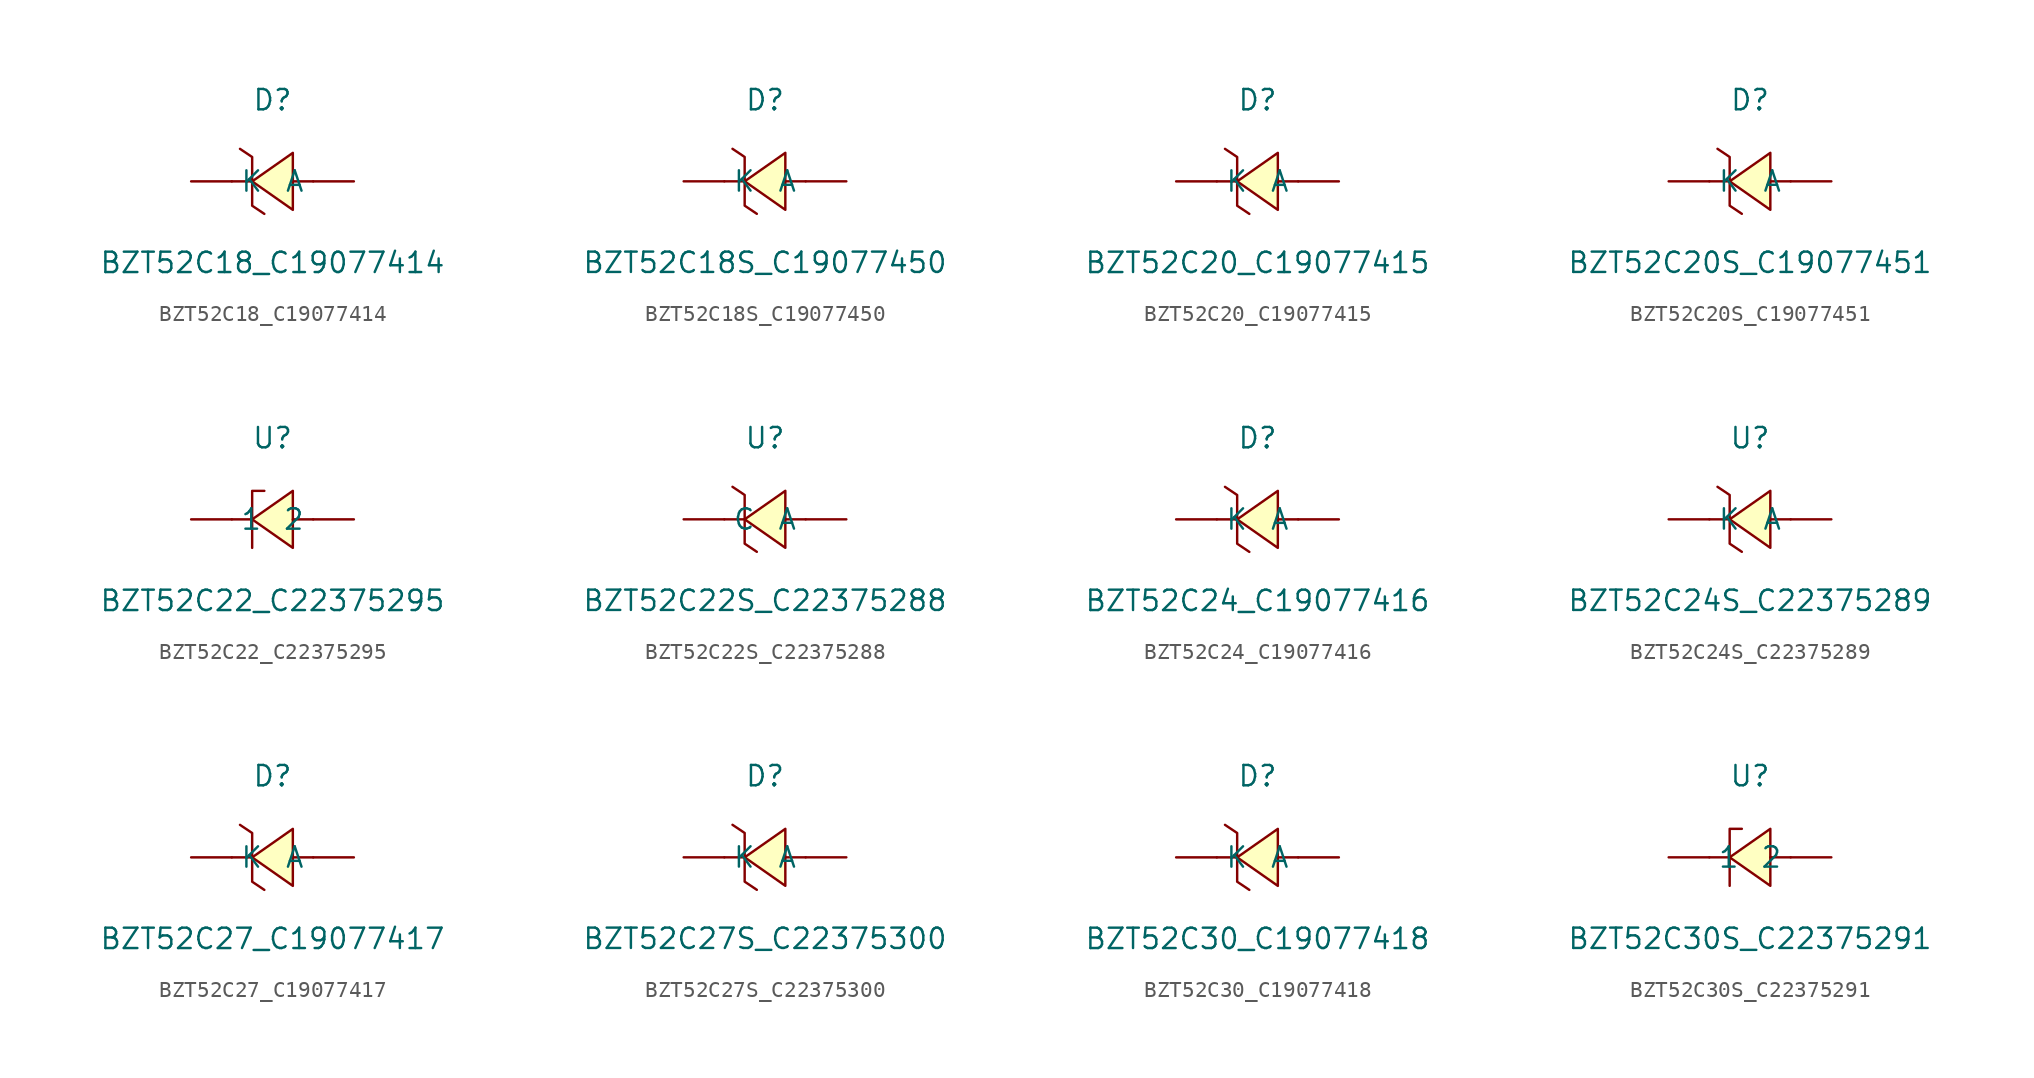
<source format=kicad_sym>
(kicad_symbol_lib
  (version 20241209)
  (generator "kicad_symbol_editor")
  (generator_version "9.0")
  (symbol "BZT52C18_C19077414"
    (pin_numbers
      (hide yes))
    (property "Reference" "D"
      (at 0 5.08 0)
      (effects (font (size 1.27 1.27))))
    (property "Value" "BZT52C18_C19077414"
      (at 0 -5.08 0)
      (effects (font (size 1.27 1.27))))
    (symbol "BZT52C18_C19077414_0_1"
      (polyline (pts (xy -2.03 2.03) (xy -1.27 1.52) (xy -1.27 -1.52) (xy -0.51 -2.03)) (stroke (width 0) (type default)) (fill (type none)))
      (polyline (pts (xy -1.27 0) (xy -2.54 0)) (stroke (width 0) (type default)) (fill (type none)))
      (polyline (pts (xy 1.27 1.78) (xy -1.27 0) (xy 1.27 -1.78) (xy 1.27 1.78)) (stroke (width 0) (type default)) (fill (type background)))
      (polyline (pts (xy 2.54 0) (xy 1.27 0)) (stroke (width 0) (type default)) (fill (type none)))
      (pin unspecified line (at -5.08 0 0) (length 2.54) (name "K" (effects (font (size 1.27 1.27)))) (number "1" (effects (font (size 1.27 1.27)))))
      (pin unspecified line (at 5.08 0 180) (length 2.54) (name "A" (effects (font (size 1.27 1.27)))) (number "2" (effects (font (size 1.27 1.27)))))))
  (symbol "BZT52C18S_C19077450"
    (pin_numbers
      (hide yes))
    (property "Reference" "D"
      (at 0 5.08 0)
      (effects (font (size 1.27 1.27))))
    (property "Value" "BZT52C18S_C19077450"
      (at 0 -5.08 0)
      (effects (font (size 1.27 1.27))))
    (symbol "BZT52C18S_C19077450_0_1"
      (polyline (pts (xy -2.03 2.03) (xy -1.27 1.52) (xy -1.27 -1.52) (xy -0.51 -2.03)) (stroke (width 0) (type default)) (fill (type none)))
      (polyline (pts (xy -1.27 0) (xy -2.54 0)) (stroke (width 0) (type default)) (fill (type none)))
      (polyline (pts (xy 1.27 1.78) (xy -1.27 0) (xy 1.27 -1.78) (xy 1.27 1.78)) (stroke (width 0) (type default)) (fill (type background)))
      (polyline (pts (xy 2.54 0) (xy 1.27 0)) (stroke (width 0) (type default)) (fill (type none)))
      (pin unspecified line (at -5.08 0 0) (length 2.54) (name "K" (effects (font (size 1.27 1.27)))) (number "1" (effects (font (size 1.27 1.27)))))
      (pin unspecified line (at 5.08 0 180) (length 2.54) (name "A" (effects (font (size 1.27 1.27)))) (number "2" (effects (font (size 1.27 1.27)))))))
  (symbol "BZT52C20_C19077415"
    (pin_numbers
      (hide yes))
    (property "Reference" "D"
      (at 0 5.08 0)
      (effects (font (size 1.27 1.27))))
    (property "Value" "BZT52C20_C19077415"
      (at 0 -5.08 0)
      (effects (font (size 1.27 1.27))))
    (symbol "BZT52C20_C19077415_0_1"
      (polyline (pts (xy -2.03 2.03) (xy -1.27 1.52) (xy -1.27 -1.52) (xy -0.51 -2.03)) (stroke (width 0) (type default)) (fill (type none)))
      (polyline (pts (xy -1.27 0) (xy -2.54 0)) (stroke (width 0) (type default)) (fill (type none)))
      (polyline (pts (xy 1.27 1.78) (xy -1.27 0) (xy 1.27 -1.78) (xy 1.27 1.78)) (stroke (width 0) (type default)) (fill (type background)))
      (polyline (pts (xy 2.54 0) (xy 1.27 0)) (stroke (width 0) (type default)) (fill (type none)))
      (pin unspecified line (at -5.08 0 0) (length 2.54) (name "K" (effects (font (size 1.27 1.27)))) (number "1" (effects (font (size 1.27 1.27)))))
      (pin unspecified line (at 5.08 0 180) (length 2.54) (name "A" (effects (font (size 1.27 1.27)))) (number "2" (effects (font (size 1.27 1.27)))))))
  (symbol "BZT52C20S_C19077451"
    (pin_numbers
      (hide yes))
    (property "Reference" "D"
      (at 0 5.08 0)
      (effects (font (size 1.27 1.27))))
    (property "Value" "BZT52C20S_C19077451"
      (at 0 -5.08 0)
      (effects (font (size 1.27 1.27))))
    (symbol "BZT52C20S_C19077451_0_1"
      (polyline (pts (xy -2.03 2.03) (xy -1.27 1.52) (xy -1.27 -1.52) (xy -0.51 -2.03)) (stroke (width 0) (type default)) (fill (type none)))
      (polyline (pts (xy -1.27 0) (xy -2.54 0)) (stroke (width 0) (type default)) (fill (type none)))
      (polyline (pts (xy 1.27 1.78) (xy -1.27 0) (xy 1.27 -1.78) (xy 1.27 1.78)) (stroke (width 0) (type default)) (fill (type background)))
      (polyline (pts (xy 2.54 0) (xy 1.27 0)) (stroke (width 0) (type default)) (fill (type none)))
      (pin unspecified line (at -5.08 0 0) (length 2.54) (name "K" (effects (font (size 1.27 1.27)))) (number "1" (effects (font (size 1.27 1.27)))))
      (pin unspecified line (at 5.08 0 180) (length 2.54) (name "A" (effects (font (size 1.27 1.27)))) (number "2" (effects (font (size 1.27 1.27)))))))
  (symbol "BZT52C22_C22375295"
    (pin_numbers
      (hide yes))
    (property "Reference" "U"
      (at 0 5.08 0)
      (effects (font (size 1.27 1.27))))
    (property "Value" "BZT52C22_C22375295"
      (at 0 -5.08 0)
      (effects (font (size 1.27 1.27))))
    (symbol "BZT52C22_C22375295_0_1"
      (polyline (pts (xy -1.27 0) (xy -2.54 0)) (stroke (width 0) (type default)) (fill (type none)))
      (polyline (pts (xy -0.51 1.78) (xy -1.27 1.78) (xy -1.27 1.78) (xy -1.27 -1.78) (xy -1.27 -1.78) (xy -1.27 -1.78)) (stroke (width 0) (type default)) (fill (type none)))
      (polyline (pts (xy 1.27 1.78) (xy -1.27 0) (xy 1.27 -1.78) (xy 1.27 1.78)) (stroke (width 0) (type default)) (fill (type background)))
      (polyline (pts (xy 2.54 0) (xy 1.27 0)) (stroke (width 0) (type default)) (fill (type none)))
      (pin unspecified line (at -5.08 0 0) (length 2.54) (name "1" (effects (font (size 1.27 1.27)))) (number "1" (effects (font (size 1.27 1.27)))))
      (pin unspecified line (at 5.08 0 180) (length 2.54) (name "2" (effects (font (size 1.27 1.27)))) (number "2" (effects (font (size 1.27 1.27)))))))
  (symbol "BZT52C22S_C22375288"
    (pin_numbers
      (hide yes))
    (property "Reference" "U"
      (at 0 5.08 0)
      (effects (font (size 1.27 1.27))))
    (property "Value" "BZT52C22S_C22375288"
      (at 0 -5.08 0)
      (effects (font (size 1.27 1.27))))
    (symbol "BZT52C22S_C22375288_0_1"
      (polyline (pts (xy -2.03 2.03) (xy -1.27 1.52) (xy -1.27 -1.52) (xy -0.51 -2.03)) (stroke (width 0) (type default)) (fill (type none)))
      (polyline (pts (xy -1.27 0) (xy -2.54 0)) (stroke (width 0) (type default)) (fill (type none)))
      (polyline (pts (xy 1.27 1.78) (xy -1.27 0) (xy 1.27 -1.78) (xy 1.27 1.78)) (stroke (width 0) (type default)) (fill (type background)))
      (polyline (pts (xy 2.54 0) (xy 1.27 0)) (stroke (width 0) (type default)) (fill (type none)))
      (pin unspecified line (at -5.08 0 0) (length 2.54) (name "C" (effects (font (size 1.27 1.27)))) (number "1" (effects (font (size 1.27 1.27)))))
      (pin unspecified line (at 5.08 0 180) (length 2.54) (name "A" (effects (font (size 1.27 1.27)))) (number "2" (effects (font (size 1.27 1.27)))))))
  (symbol "BZT52C24_C19077416"
    (pin_numbers
      (hide yes))
    (property "Reference" "D"
      (at 0 5.08 0)
      (effects (font (size 1.27 1.27))))
    (property "Value" "BZT52C24_C19077416"
      (at 0 -5.08 0)
      (effects (font (size 1.27 1.27))))
    (symbol "BZT52C24_C19077416_0_1"
      (polyline (pts (xy -2.03 2.03) (xy -1.27 1.52) (xy -1.27 -1.52) (xy -0.51 -2.03)) (stroke (width 0) (type default)) (fill (type none)))
      (polyline (pts (xy -1.27 0) (xy -2.54 0)) (stroke (width 0) (type default)) (fill (type none)))
      (polyline (pts (xy 1.27 1.78) (xy -1.27 0) (xy 1.27 -1.78) (xy 1.27 1.78)) (stroke (width 0) (type default)) (fill (type background)))
      (polyline (pts (xy 2.54 0) (xy 1.27 0)) (stroke (width 0) (type default)) (fill (type none)))
      (pin unspecified line (at -5.08 0 0) (length 2.54) (name "K" (effects (font (size 1.27 1.27)))) (number "1" (effects (font (size 1.27 1.27)))))
      (pin unspecified line (at 5.08 0 180) (length 2.54) (name "A" (effects (font (size 1.27 1.27)))) (number "2" (effects (font (size 1.27 1.27)))))))
  (symbol "BZT52C24S_C22375289"
    (pin_numbers
      (hide yes))
    (property "Reference" "U"
      (at 0 5.08 0)
      (effects (font (size 1.27 1.27))))
    (property "Value" "BZT52C24S_C22375289"
      (at 0 -5.08 0)
      (effects (font (size 1.27 1.27))))
    (symbol "BZT52C24S_C22375289_0_1"
      (polyline (pts (xy -2.03 2.03) (xy -1.27 1.52) (xy -1.27 -1.52) (xy -0.51 -2.03)) (stroke (width 0) (type default)) (fill (type none)))
      (polyline (pts (xy -1.27 0) (xy -2.54 0)) (stroke (width 0) (type default)) (fill (type none)))
      (polyline (pts (xy 1.27 1.78) (xy -1.27 0) (xy 1.27 -1.78) (xy 1.27 1.78)) (stroke (width 0) (type default)) (fill (type background)))
      (polyline (pts (xy 2.54 0) (xy 1.27 0)) (stroke (width 0) (type default)) (fill (type none)))
      (pin unspecified line (at -5.08 0 0) (length 2.54) (name "K" (effects (font (size 1.27 1.27)))) (number "1" (effects (font (size 1.27 1.27)))))
      (pin unspecified line (at 5.08 0 180) (length 2.54) (name "A" (effects (font (size 1.27 1.27)))) (number "2" (effects (font (size 1.27 1.27)))))))
  (symbol "BZT52C27_C19077417"
    (pin_numbers
      (hide yes))
    (property "Reference" "D"
      (at 0 5.08 0)
      (effects (font (size 1.27 1.27))))
    (property "Value" "BZT52C27_C19077417"
      (at 0 -5.08 0)
      (effects (font (size 1.27 1.27))))
    (symbol "BZT52C27_C19077417_0_1"
      (polyline (pts (xy -2.03 2.03) (xy -1.27 1.52) (xy -1.27 -1.52) (xy -0.51 -2.03)) (stroke (width 0) (type default)) (fill (type none)))
      (polyline (pts (xy -1.27 0) (xy -2.54 0)) (stroke (width 0) (type default)) (fill (type none)))
      (polyline (pts (xy 1.27 1.78) (xy -1.27 0) (xy 1.27 -1.78) (xy 1.27 1.78)) (stroke (width 0) (type default)) (fill (type background)))
      (polyline (pts (xy 2.54 0) (xy 1.27 0)) (stroke (width 0) (type default)) (fill (type none)))
      (pin unspecified line (at -5.08 0 0) (length 2.54) (name "K" (effects (font (size 1.27 1.27)))) (number "1" (effects (font (size 1.27 1.27)))))
      (pin unspecified line (at 5.08 0 180) (length 2.54) (name "A" (effects (font (size 1.27 1.27)))) (number "2" (effects (font (size 1.27 1.27)))))))
  (symbol "BZT52C27S_C22375300"
    (pin_numbers
      (hide yes))
    (property "Reference" "D"
      (at 0 5.08 0)
      (effects (font (size 1.27 1.27))))
    (property "Value" "BZT52C27S_C22375300"
      (at 0 -5.08 0)
      (effects (font (size 1.27 1.27))))
    (symbol "BZT52C27S_C22375300_0_1"
      (polyline (pts (xy -2.03 2.03) (xy -1.27 1.52) (xy -1.27 -1.52) (xy -0.51 -2.03)) (stroke (width 0) (type default)) (fill (type none)))
      (polyline (pts (xy -1.27 0) (xy -2.54 0)) (stroke (width 0) (type default)) (fill (type none)))
      (polyline (pts (xy 1.27 1.78) (xy -1.27 0) (xy 1.27 -1.78) (xy 1.27 1.78)) (stroke (width 0) (type default)) (fill (type background)))
      (polyline (pts (xy 2.54 0) (xy 1.27 0)) (stroke (width 0) (type default)) (fill (type none)))
      (pin unspecified line (at -5.08 0 0) (length 2.54) (name "K" (effects (font (size 1.27 1.27)))) (number "1" (effects (font (size 1.27 1.27)))))
      (pin unspecified line (at 5.08 0 180) (length 2.54) (name "A" (effects (font (size 1.27 1.27)))) (number "2" (effects (font (size 1.27 1.27)))))))
  (symbol "BZT52C30_C19077418"
    (pin_numbers
      (hide yes))
    (property "Reference" "D"
      (at 0 5.08 0)
      (effects (font (size 1.27 1.27))))
    (property "Value" "BZT52C30_C19077418"
      (at 0 -5.08 0)
      (effects (font (size 1.27 1.27))))
    (symbol "BZT52C30_C19077418_0_1"
      (polyline (pts (xy -2.03 2.03) (xy -1.27 1.52) (xy -1.27 -1.52) (xy -0.51 -2.03)) (stroke (width 0) (type default)) (fill (type none)))
      (polyline (pts (xy -1.27 0) (xy -2.54 0)) (stroke (width 0) (type default)) (fill (type none)))
      (polyline (pts (xy 1.27 1.78) (xy -1.27 0) (xy 1.27 -1.78) (xy 1.27 1.78)) (stroke (width 0) (type default)) (fill (type background)))
      (polyline (pts (xy 2.54 0) (xy 1.27 0)) (stroke (width 0) (type default)) (fill (type none)))
      (pin unspecified line (at -5.08 0 0) (length 2.54) (name "K" (effects (font (size 1.27 1.27)))) (number "1" (effects (font (size 1.27 1.27)))))
      (pin unspecified line (at 5.08 0 180) (length 2.54) (name "A" (effects (font (size 1.27 1.27)))) (number "2" (effects (font (size 1.27 1.27)))))))
  (symbol "BZT52C30S_C22375291"
    (pin_numbers
      (hide yes))
    (property "Reference" "U"
      (at 0 5.08 0)
      (effects (font (size 1.27 1.27))))
    (property "Value" "BZT52C30S_C22375291"
      (at 0 -5.08 0)
      (effects (font (size 1.27 1.27))))
    (symbol "BZT52C30S_C22375291_0_1"
      (polyline (pts (xy -1.27 0) (xy -2.54 0)) (stroke (width 0) (type default)) (fill (type none)))
      (polyline (pts (xy -0.51 1.78) (xy -1.27 1.78) (xy -1.27 1.78) (xy -1.27 -1.78) (xy -1.27 -1.78) (xy -1.27 -1.78)) (stroke (width 0) (type default)) (fill (type none)))
      (polyline (pts (xy 1.27 1.78) (xy -1.27 0) (xy 1.27 -1.78) (xy 1.27 1.78)) (stroke (width 0) (type default)) (fill (type background)))
      (polyline (pts (xy 2.54 0) (xy 1.27 0)) (stroke (width 0) (type default)) (fill (type none)))
      (pin unspecified line (at -5.08 0 0) (length 2.54) (name "1" (effects (font (size 1.27 1.27)))) (number "1" (effects (font (size 1.27 1.27)))))
      (pin unspecified line (at 5.08 0 180) (length 2.54) (name "2" (effects (font (size 1.27 1.27)))) (number "2" (effects (font (size 1.27 1.27))))))))
</source>
